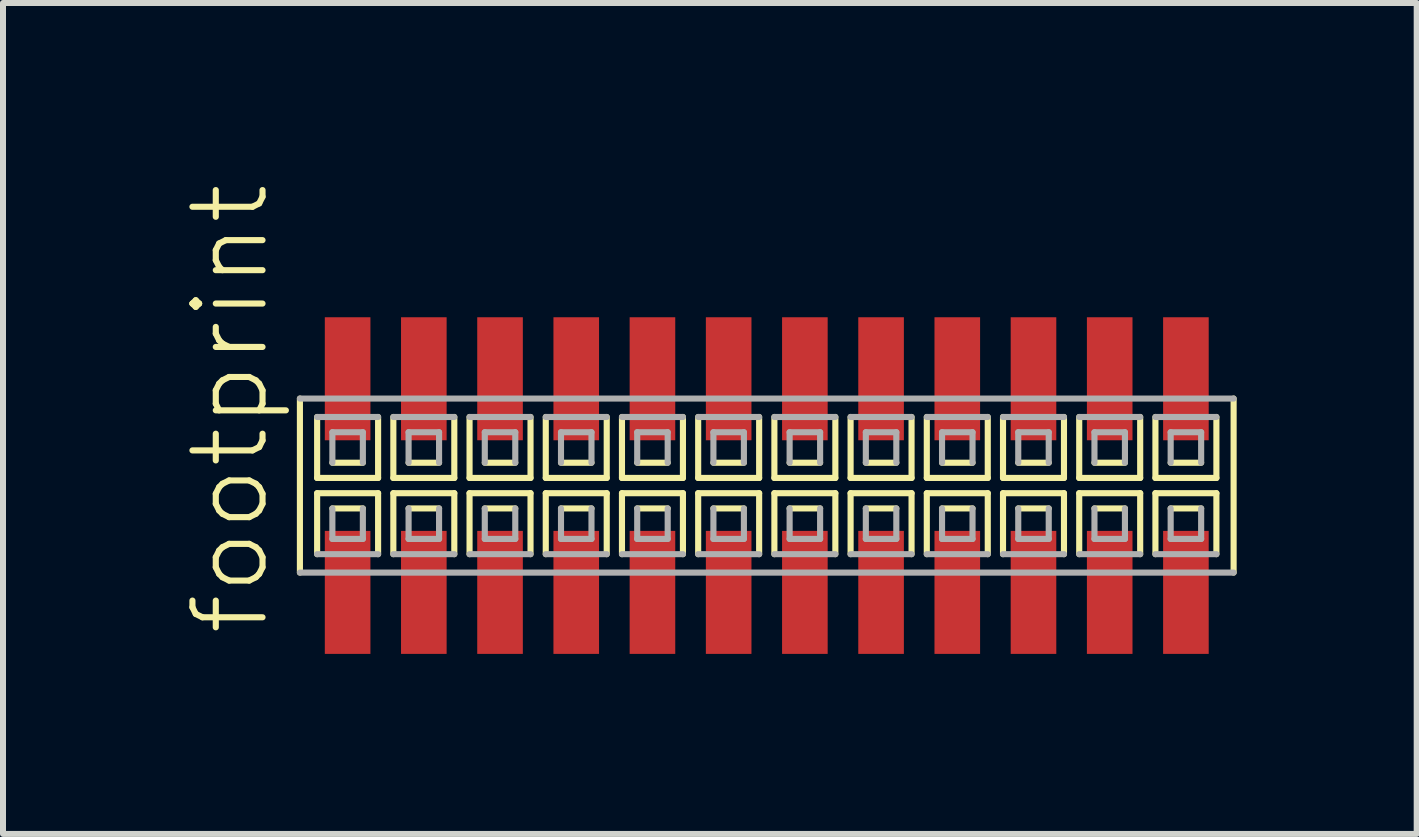
<source format=kicad_pcb>
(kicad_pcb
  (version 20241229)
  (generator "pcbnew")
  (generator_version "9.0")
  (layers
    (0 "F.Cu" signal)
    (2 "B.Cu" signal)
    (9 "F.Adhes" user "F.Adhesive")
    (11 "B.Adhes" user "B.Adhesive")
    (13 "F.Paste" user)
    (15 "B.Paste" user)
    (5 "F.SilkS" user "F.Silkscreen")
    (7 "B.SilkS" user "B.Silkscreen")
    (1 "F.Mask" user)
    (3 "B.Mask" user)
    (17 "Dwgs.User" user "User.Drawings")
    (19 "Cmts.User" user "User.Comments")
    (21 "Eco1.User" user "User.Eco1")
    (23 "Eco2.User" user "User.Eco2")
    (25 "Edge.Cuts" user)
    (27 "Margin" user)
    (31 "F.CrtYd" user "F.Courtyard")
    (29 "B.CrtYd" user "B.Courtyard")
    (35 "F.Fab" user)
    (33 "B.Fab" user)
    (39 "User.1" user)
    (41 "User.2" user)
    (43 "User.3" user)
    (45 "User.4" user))
  (footprint "footprint"
    (layer "F.Cu")
    (at 9.728 5.042)
    (property "Reference" "footprint" (at -8.255 2.54 90) (layer "F.SilkS") (effects (font (size 1.168 1.168) (thickness 0.102)) (justify left bottom)))
    (fp_line (start -7.78 -1.45) (end -7.78 1.45) (stroke (width 0.102) (type solid)) (layer "F.SilkS"))
    (fp_line (start -7.493 -1.143) (end -7.493 -0.127) (stroke (width 0.102) (type solid)) (layer "F.SilkS"))
    (fp_line (start -7.493 -0.127) (end -6.477 -0.127) (stroke (width 0.102) (type solid)) (layer "F.SilkS"))
    (fp_line (start -7.493 0.127) (end -7.493 1.143) (stroke (width 0.102) (type solid)) (layer "F.SilkS"))
    (fp_line (start -7.239 -0.381) (end -6.731 -0.381) (stroke (width 0.102) (type solid)) (layer "F.SilkS"))
    (fp_line (start -6.731 0.381) (end -7.239 0.381) (stroke (width 0.102) (type solid)) (layer "F.SilkS"))
    (fp_line (start -6.477 -0.127) (end -6.477 -1.143) (stroke (width 0.102) (type solid)) (layer "F.SilkS"))
    (fp_line (start -6.477 0.127) (end -7.493 0.127) (stroke (width 0.102) (type solid)) (layer "F.SilkS"))
    (fp_line (start -6.477 1.143) (end -6.477 0.127) (stroke (width 0.102) (type solid)) (layer "F.SilkS"))
    (fp_line (start -6.223 -1.143) (end -6.223 -0.127) (stroke (width 0.102) (type solid)) (layer "F.SilkS"))
    (fp_line (start -6.223 -0.127) (end -5.207 -0.127) (stroke (width 0.102) (type solid)) (layer "F.SilkS"))
    (fp_line (start -6.223 0.127) (end -6.223 1.143) (stroke (width 0.102) (type solid)) (layer "F.SilkS"))
    (fp_line (start -5.969 -0.381) (end -5.461 -0.381) (stroke (width 0.102) (type solid)) (layer "F.SilkS"))
    (fp_line (start -5.461 0.381) (end -5.969 0.381) (stroke (width 0.102) (type solid)) (layer "F.SilkS"))
    (fp_line (start -5.207 -0.127) (end -5.207 -1.143) (stroke (width 0.102) (type solid)) (layer "F.SilkS"))
    (fp_line (start -5.207 0.127) (end -6.223 0.127) (stroke (width 0.102) (type solid)) (layer "F.SilkS"))
    (fp_line (start -5.207 1.143) (end -5.207 0.127) (stroke (width 0.102) (type solid)) (layer "F.SilkS"))
    (fp_line (start -4.953 -1.143) (end -4.953 -0.127) (stroke (width 0.102) (type solid)) (layer "F.SilkS"))
    (fp_line (start -4.953 -0.127) (end -3.937 -0.127) (stroke (width 0.102) (type solid)) (layer "F.SilkS"))
    (fp_line (start -4.953 0.127) (end -4.953 1.143) (stroke (width 0.102) (type solid)) (layer "F.SilkS"))
    (fp_line (start -4.699 -0.381) (end -4.191 -0.381) (stroke (width 0.102) (type solid)) (layer "F.SilkS"))
    (fp_line (start -4.191 0.381) (end -4.699 0.381) (stroke (width 0.102) (type solid)) (layer "F.SilkS"))
    (fp_line (start -3.937 -0.127) (end -3.937 -1.143) (stroke (width 0.102) (type solid)) (layer "F.SilkS"))
    (fp_line (start -3.937 0.127) (end -4.953 0.127) (stroke (width 0.102) (type solid)) (layer "F.SilkS"))
    (fp_line (start -3.937 1.143) (end -3.937 0.127) (stroke (width 0.102) (type solid)) (layer "F.SilkS"))
    (fp_line (start -3.683 -1.143) (end -3.683 -0.127) (stroke (width 0.102) (type solid)) (layer "F.SilkS"))
    (fp_line (start -3.683 -0.127) (end -2.667 -0.127) (stroke (width 0.102) (type solid)) (layer "F.SilkS"))
    (fp_line (start -3.683 0.127) (end -3.683 1.143) (stroke (width 0.102) (type solid)) (layer "F.SilkS"))
    (fp_line (start -3.429 -0.381) (end -2.921 -0.381) (stroke (width 0.102) (type solid)) (layer "F.SilkS"))
    (fp_line (start -2.921 0.381) (end -3.429 0.381) (stroke (width 0.102) (type solid)) (layer "F.SilkS"))
    (fp_line (start -2.667 -0.127) (end -2.667 -1.143) (stroke (width 0.102) (type solid)) (layer "F.SilkS"))
    (fp_line (start -2.667 0.127) (end -3.683 0.127) (stroke (width 0.102) (type solid)) (layer "F.SilkS"))
    (fp_line (start -2.667 1.143) (end -2.667 0.127) (stroke (width 0.102) (type solid)) (layer "F.SilkS"))
    (fp_line (start -2.413 -1.143) (end -2.413 -0.127) (stroke (width 0.102) (type solid)) (layer "F.SilkS"))
    (fp_line (start -2.413 -0.127) (end -1.397 -0.127) (stroke (width 0.102) (type solid)) (layer "F.SilkS"))
    (fp_line (start -2.413 0.127) (end -2.413 1.143) (stroke (width 0.102) (type solid)) (layer "F.SilkS"))
    (fp_line (start -2.159 -0.381) (end -1.651 -0.381) (stroke (width 0.102) (type solid)) (layer "F.SilkS"))
    (fp_line (start -1.651 0.381) (end -2.159 0.381) (stroke (width 0.102) (type solid)) (layer "F.SilkS"))
    (fp_line (start -1.397 -0.127) (end -1.397 -1.143) (stroke (width 0.102) (type solid)) (layer "F.SilkS"))
    (fp_line (start -1.397 0.127) (end -2.413 0.127) (stroke (width 0.102) (type solid)) (layer "F.SilkS"))
    (fp_line (start -1.397 1.143) (end -1.397 0.127) (stroke (width 0.102) (type solid)) (layer "F.SilkS"))
    (fp_line (start -1.143 -1.143) (end -1.143 -0.127) (stroke (width 0.102) (type solid)) (layer "F.SilkS"))
    (fp_line (start -1.143 -0.127) (end -0.127 -0.127) (stroke (width 0.102) (type solid)) (layer "F.SilkS"))
    (fp_line (start -1.143 0.127) (end -1.143 1.143) (stroke (width 0.102) (type solid)) (layer "F.SilkS"))
    (fp_line (start -0.889 -0.381) (end -0.381 -0.381) (stroke (width 0.102) (type solid)) (layer "F.SilkS"))
    (fp_line (start -0.381 0.381) (end -0.889 0.381) (stroke (width 0.102) (type solid)) (layer "F.SilkS"))
    (fp_line (start -0.127 -0.127) (end -0.127 -1.143) (stroke (width 0.102) (type solid)) (layer "F.SilkS"))
    (fp_line (start -0.127 0.127) (end -1.143 0.127) (stroke (width 0.102) (type solid)) (layer "F.SilkS"))
    (fp_line (start -0.127 1.143) (end -0.127 0.127) (stroke (width 0.102) (type solid)) (layer "F.SilkS"))
    (fp_line (start 0.127 -1.143) (end 0.127 -0.127) (stroke (width 0.102) (type solid)) (layer "F.SilkS"))
    (fp_line (start 0.127 -0.127) (end 1.143 -0.127) (stroke (width 0.102) (type solid)) (layer "F.SilkS"))
    (fp_line (start 0.127 0.127) (end 0.127 1.143) (stroke (width 0.102) (type solid)) (layer "F.SilkS"))
    (fp_line (start 0.381 -0.381) (end 0.889 -0.381) (stroke (width 0.102) (type solid)) (layer "F.SilkS"))
    (fp_line (start 0.889 0.381) (end 0.381 0.381) (stroke (width 0.102) (type solid)) (layer "F.SilkS"))
    (fp_line (start 1.143 -0.127) (end 1.143 -1.143) (stroke (width 0.102) (type solid)) (layer "F.SilkS"))
    (fp_line (start 1.143 0.127) (end 0.127 0.127) (stroke (width 0.102) (type solid)) (layer "F.SilkS"))
    (fp_line (start 1.143 1.143) (end 1.143 0.127) (stroke (width 0.102) (type solid)) (layer "F.SilkS"))
    (fp_line (start 1.397 -1.143) (end 1.397 -0.127) (stroke (width 0.102) (type solid)) (layer "F.SilkS"))
    (fp_line (start 1.397 -0.127) (end 2.413 -0.127) (stroke (width 0.102) (type solid)) (layer "F.SilkS"))
    (fp_line (start 1.397 0.127) (end 1.397 1.143) (stroke (width 0.102) (type solid)) (layer "F.SilkS"))
    (fp_line (start 1.651 -0.381) (end 2.159 -0.381) (stroke (width 0.102) (type solid)) (layer "F.SilkS"))
    (fp_line (start 2.159 0.381) (end 1.651 0.381) (stroke (width 0.102) (type solid)) (layer "F.SilkS"))
    (fp_line (start 2.413 -0.127) (end 2.413 -1.143) (stroke (width 0.102) (type solid)) (layer "F.SilkS"))
    (fp_line (start 2.413 0.127) (end 1.397 0.127) (stroke (width 0.102) (type solid)) (layer "F.SilkS"))
    (fp_line (start 2.413 1.143) (end 2.413 0.127) (stroke (width 0.102) (type solid)) (layer "F.SilkS"))
    (fp_line (start 2.667 -1.143) (end 2.667 -0.127) (stroke (width 0.102) (type solid)) (layer "F.SilkS"))
    (fp_line (start 2.667 -0.127) (end 3.683 -0.127) (stroke (width 0.102) (type solid)) (layer "F.SilkS"))
    (fp_line (start 2.667 0.127) (end 2.667 1.143) (stroke (width 0.102) (type solid)) (layer "F.SilkS"))
    (fp_line (start 2.921 -0.381) (end 3.429 -0.381) (stroke (width 0.102) (type solid)) (layer "F.SilkS"))
    (fp_line (start 3.429 0.381) (end 2.921 0.381) (stroke (width 0.102) (type solid)) (layer "F.SilkS"))
    (fp_line (start 3.683 -0.127) (end 3.683 -1.143) (stroke (width 0.102) (type solid)) (layer "F.SilkS"))
    (fp_line (start 3.683 0.127) (end 2.667 0.127) (stroke (width 0.102) (type solid)) (layer "F.SilkS"))
    (fp_line (start 3.683 1.143) (end 3.683 0.127) (stroke (width 0.102) (type solid)) (layer "F.SilkS"))
    (fp_line (start 3.937 -1.143) (end 3.937 -0.127) (stroke (width 0.102) (type solid)) (layer "F.SilkS"))
    (fp_line (start 3.937 -0.127) (end 4.953 -0.127) (stroke (width 0.102) (type solid)) (layer "F.SilkS"))
    (fp_line (start 3.937 0.127) (end 3.937 1.143) (stroke (width 0.102) (type solid)) (layer "F.SilkS"))
    (fp_line (start 4.191 -0.381) (end 4.699 -0.381) (stroke (width 0.102) (type solid)) (layer "F.SilkS"))
    (fp_line (start 4.699 0.381) (end 4.191 0.381) (stroke (width 0.102) (type solid)) (layer "F.SilkS"))
    (fp_line (start 4.953 -0.127) (end 4.953 -1.143) (stroke (width 0.102) (type solid)) (layer "F.SilkS"))
    (fp_line (start 4.953 0.127) (end 3.937 0.127) (stroke (width 0.102) (type solid)) (layer "F.SilkS"))
    (fp_line (start 4.953 1.143) (end 4.953 0.127) (stroke (width 0.102) (type solid)) (layer "F.SilkS"))
    (fp_line (start 5.207 -1.143) (end 5.207 -0.127) (stroke (width 0.102) (type solid)) (layer "F.SilkS"))
    (fp_line (start 5.207 -0.127) (end 6.223 -0.127) (stroke (width 0.102) (type solid)) (layer "F.SilkS"))
    (fp_line (start 5.207 0.127) (end 5.207 1.143) (stroke (width 0.102) (type solid)) (layer "F.SilkS"))
    (fp_line (start 5.461 -0.381) (end 5.969 -0.381) (stroke (width 0.102) (type solid)) (layer "F.SilkS"))
    (fp_line (start 5.969 0.381) (end 5.461 0.381) (stroke (width 0.102) (type solid)) (layer "F.SilkS"))
    (fp_line (start 6.223 -0.127) (end 6.223 -1.143) (stroke (width 0.102) (type solid)) (layer "F.SilkS"))
    (fp_line (start 6.223 0.127) (end 5.207 0.127) (stroke (width 0.102) (type solid)) (layer "F.SilkS"))
    (fp_line (start 6.223 1.143) (end 6.223 0.127) (stroke (width 0.102) (type solid)) (layer "F.SilkS"))
    (fp_line (start 6.477 -1.143) (end 6.477 -0.127) (stroke (width 0.102) (type solid)) (layer "F.SilkS"))
    (fp_line (start 6.477 -0.127) (end 7.493 -0.127) (stroke (width 0.102) (type solid)) (layer "F.SilkS"))
    (fp_line (start 6.477 0.127) (end 6.477 1.143) (stroke (width 0.102) (type solid)) (layer "F.SilkS"))
    (fp_line (start 6.731 -0.381) (end 7.239 -0.381) (stroke (width 0.102) (type solid)) (layer "F.SilkS"))
    (fp_line (start 7.239 0.381) (end 6.731 0.381) (stroke (width 0.102) (type solid)) (layer "F.SilkS"))
    (fp_line (start 7.493 -0.127) (end 7.493 -1.143) (stroke (width 0.102) (type solid)) (layer "F.SilkS"))
    (fp_line (start 7.493 0.127) (end 6.477 0.127) (stroke (width 0.102) (type solid)) (layer "F.SilkS"))
    (fp_line (start 7.493 1.143) (end 7.493 0.127) (stroke (width 0.102) (type solid)) (layer "F.SilkS"))
    (fp_line (start 7.78 1.45) (end 7.78 -1.45) (stroke (width 0.102) (type solid)) (layer "F.SilkS"))
    (fp_line (start -7.78 1.45) (end 7.78 1.45) (stroke (width 0.102) (type solid)) (layer "F.Fab"))
    (fp_line (start -7.493 1.143) (end -6.477 1.143) (stroke (width 0.102) (type solid)) (layer "F.Fab"))
    (fp_line (start -7.239 -0.889) (end -7.239 -0.381) (stroke (width 0.102) (type solid)) (layer "F.Fab"))
    (fp_line (start -7.239 0.381) (end -7.239 0.889) (stroke (width 0.102) (type solid)) (layer "F.Fab"))
    (fp_line (start -7.239 0.889) (end -6.731 0.889) (stroke (width 0.102) (type solid)) (layer "F.Fab"))
    (fp_line (start -6.731 -0.889) (end -7.239 -0.889) (stroke (width 0.102) (type solid)) (layer "F.Fab"))
    (fp_line (start -6.731 -0.381) (end -6.731 -0.889) (stroke (width 0.102) (type solid)) (layer "F.Fab"))
    (fp_line (start -6.731 0.889) (end -6.731 0.381) (stroke (width 0.102) (type solid)) (layer "F.Fab"))
    (fp_line (start -6.477 -1.143) (end -7.493 -1.143) (stroke (width 0.102) (type solid)) (layer "F.Fab"))
    (fp_line (start -6.223 1.143) (end -5.207 1.143) (stroke (width 0.102) (type solid)) (layer "F.Fab"))
    (fp_line (start -5.969 -0.889) (end -5.969 -0.381) (stroke (width 0.102) (type solid)) (layer "F.Fab"))
    (fp_line (start -5.969 0.381) (end -5.969 0.889) (stroke (width 0.102) (type solid)) (layer "F.Fab"))
    (fp_line (start -5.969 0.889) (end -5.461 0.889) (stroke (width 0.102) (type solid)) (layer "F.Fab"))
    (fp_line (start -5.461 -0.889) (end -5.969 -0.889) (stroke (width 0.102) (type solid)) (layer "F.Fab"))
    (fp_line (start -5.461 -0.381) (end -5.461 -0.889) (stroke (width 0.102) (type solid)) (layer "F.Fab"))
    (fp_line (start -5.461 0.889) (end -5.461 0.381) (stroke (width 0.102) (type solid)) (layer "F.Fab"))
    (fp_line (start -5.207 -1.143) (end -6.223 -1.143) (stroke (width 0.102) (type solid)) (layer "F.Fab"))
    (fp_line (start -4.953 1.143) (end -3.937 1.143) (stroke (width 0.102) (type solid)) (layer "F.Fab"))
    (fp_line (start -4.699 -0.889) (end -4.699 -0.381) (stroke (width 0.102) (type solid)) (layer "F.Fab"))
    (fp_line (start -4.699 0.381) (end -4.699 0.889) (stroke (width 0.102) (type solid)) (layer "F.Fab"))
    (fp_line (start -4.699 0.889) (end -4.191 0.889) (stroke (width 0.102) (type solid)) (layer "F.Fab"))
    (fp_line (start -4.191 -0.889) (end -4.699 -0.889) (stroke (width 0.102) (type solid)) (layer "F.Fab"))
    (fp_line (start -4.191 -0.381) (end -4.191 -0.889) (stroke (width 0.102) (type solid)) (layer "F.Fab"))
    (fp_line (start -4.191 0.889) (end -4.191 0.381) (stroke (width 0.102) (type solid)) (layer "F.Fab"))
    (fp_line (start -3.937 -1.143) (end -4.953 -1.143) (stroke (width 0.102) (type solid)) (layer "F.Fab"))
    (fp_line (start -3.683 1.143) (end -2.667 1.143) (stroke (width 0.102) (type solid)) (layer "F.Fab"))
    (fp_line (start -3.429 -0.889) (end -3.429 -0.381) (stroke (width 0.102) (type solid)) (layer "F.Fab"))
    (fp_line (start -3.429 0.381) (end -3.429 0.889) (stroke (width 0.102) (type solid)) (layer "F.Fab"))
    (fp_line (start -3.429 0.889) (end -2.921 0.889) (stroke (width 0.102) (type solid)) (layer "F.Fab"))
    (fp_line (start -2.921 -0.889) (end -3.429 -0.889) (stroke (width 0.102) (type solid)) (layer "F.Fab"))
    (fp_line (start -2.921 -0.381) (end -2.921 -0.889) (stroke (width 0.102) (type solid)) (layer "F.Fab"))
    (fp_line (start -2.921 0.889) (end -2.921 0.381) (stroke (width 0.102) (type solid)) (layer "F.Fab"))
    (fp_line (start -2.667 -1.143) (end -3.683 -1.143) (stroke (width 0.102) (type solid)) (layer "F.Fab"))
    (fp_line (start -2.413 1.143) (end -1.397 1.143) (stroke (width 0.102) (type solid)) (layer "F.Fab"))
    (fp_line (start -2.159 -0.889) (end -2.159 -0.381) (stroke (width 0.102) (type solid)) (layer "F.Fab"))
    (fp_line (start -2.159 0.381) (end -2.159 0.889) (stroke (width 0.102) (type solid)) (layer "F.Fab"))
    (fp_line (start -2.159 0.889) (end -1.651 0.889) (stroke (width 0.102) (type solid)) (layer "F.Fab"))
    (fp_line (start -1.651 -0.889) (end -2.159 -0.889) (stroke (width 0.102) (type solid)) (layer "F.Fab"))
    (fp_line (start -1.651 -0.381) (end -1.651 -0.889) (stroke (width 0.102) (type solid)) (layer "F.Fab"))
    (fp_line (start -1.651 0.889) (end -1.651 0.381) (stroke (width 0.102) (type solid)) (layer "F.Fab"))
    (fp_line (start -1.397 -1.143) (end -2.413 -1.143) (stroke (width 0.102) (type solid)) (layer "F.Fab"))
    (fp_line (start -1.143 1.143) (end -0.127 1.143) (stroke (width 0.102) (type solid)) (layer "F.Fab"))
    (fp_line (start -0.889 -0.889) (end -0.889 -0.381) (stroke (width 0.102) (type solid)) (layer "F.Fab"))
    (fp_line (start -0.889 0.381) (end -0.889 0.889) (stroke (width 0.102) (type solid)) (layer "F.Fab"))
    (fp_line (start -0.889 0.889) (end -0.381 0.889) (stroke (width 0.102) (type solid)) (layer "F.Fab"))
    (fp_line (start -0.381 -0.889) (end -0.889 -0.889) (stroke (width 0.102) (type solid)) (layer "F.Fab"))
    (fp_line (start -0.381 -0.381) (end -0.381 -0.889) (stroke (width 0.102) (type solid)) (layer "F.Fab"))
    (fp_line (start -0.381 0.889) (end -0.381 0.381) (stroke (width 0.102) (type solid)) (layer "F.Fab"))
    (fp_line (start -0.127 -1.143) (end -1.143 -1.143) (stroke (width 0.102) (type solid)) (layer "F.Fab"))
    (fp_line (start 0.127 1.143) (end 1.143 1.143) (stroke (width 0.102) (type solid)) (layer "F.Fab"))
    (fp_line (start 0.381 -0.889) (end 0.381 -0.381) (stroke (width 0.102) (type solid)) (layer "F.Fab"))
    (fp_line (start 0.381 0.381) (end 0.381 0.889) (stroke (width 0.102) (type solid)) (layer "F.Fab"))
    (fp_line (start 0.381 0.889) (end 0.889 0.889) (stroke (width 0.102) (type solid)) (layer "F.Fab"))
    (fp_line (start 0.889 -0.889) (end 0.381 -0.889) (stroke (width 0.102) (type solid)) (layer "F.Fab"))
    (fp_line (start 0.889 -0.381) (end 0.889 -0.889) (stroke (width 0.102) (type solid)) (layer "F.Fab"))
    (fp_line (start 0.889 0.889) (end 0.889 0.381) (stroke (width 0.102) (type solid)) (layer "F.Fab"))
    (fp_line (start 1.143 -1.143) (end 0.127 -1.143) (stroke (width 0.102) (type solid)) (layer "F.Fab"))
    (fp_line (start 1.397 1.143) (end 2.413 1.143) (stroke (width 0.102) (type solid)) (layer "F.Fab"))
    (fp_line (start 1.651 -0.889) (end 1.651 -0.381) (stroke (width 0.102) (type solid)) (layer "F.Fab"))
    (fp_line (start 1.651 0.381) (end 1.651 0.889) (stroke (width 0.102) (type solid)) (layer "F.Fab"))
    (fp_line (start 1.651 0.889) (end 2.159 0.889) (stroke (width 0.102) (type solid)) (layer "F.Fab"))
    (fp_line (start 2.159 -0.889) (end 1.651 -0.889) (stroke (width 0.102) (type solid)) (layer "F.Fab"))
    (fp_line (start 2.159 -0.381) (end 2.159 -0.889) (stroke (width 0.102) (type solid)) (layer "F.Fab"))
    (fp_line (start 2.159 0.889) (end 2.159 0.381) (stroke (width 0.102) (type solid)) (layer "F.Fab"))
    (fp_line (start 2.413 -1.143) (end 1.397 -1.143) (stroke (width 0.102) (type solid)) (layer "F.Fab"))
    (fp_line (start 2.667 1.143) (end 3.683 1.143) (stroke (width 0.102) (type solid)) (layer "F.Fab"))
    (fp_line (start 2.921 -0.889) (end 2.921 -0.381) (stroke (width 0.102) (type solid)) (layer "F.Fab"))
    (fp_line (start 2.921 0.381) (end 2.921 0.889) (stroke (width 0.102) (type solid)) (layer "F.Fab"))
    (fp_line (start 2.921 0.889) (end 3.429 0.889) (stroke (width 0.102) (type solid)) (layer "F.Fab"))
    (fp_line (start 3.429 -0.889) (end 2.921 -0.889) (stroke (width 0.102) (type solid)) (layer "F.Fab"))
    (fp_line (start 3.429 -0.381) (end 3.429 -0.889) (stroke (width 0.102) (type solid)) (layer "F.Fab"))
    (fp_line (start 3.429 0.889) (end 3.429 0.381) (stroke (width 0.102) (type solid)) (layer "F.Fab"))
    (fp_line (start 3.683 -1.143) (end 2.667 -1.143) (stroke (width 0.102) (type solid)) (layer "F.Fab"))
    (fp_line (start 3.937 1.143) (end 4.953 1.143) (stroke (width 0.102) (type solid)) (layer "F.Fab"))
    (fp_line (start 4.191 -0.889) (end 4.191 -0.381) (stroke (width 0.102) (type solid)) (layer "F.Fab"))
    (fp_line (start 4.191 0.381) (end 4.191 0.889) (stroke (width 0.102) (type solid)) (layer "F.Fab"))
    (fp_line (start 4.191 0.889) (end 4.699 0.889) (stroke (width 0.102) (type solid)) (layer "F.Fab"))
    (fp_line (start 4.699 -0.889) (end 4.191 -0.889) (stroke (width 0.102) (type solid)) (layer "F.Fab"))
    (fp_line (start 4.699 -0.381) (end 4.699 -0.889) (stroke (width 0.102) (type solid)) (layer "F.Fab"))
    (fp_line (start 4.699 0.889) (end 4.699 0.381) (stroke (width 0.102) (type solid)) (layer "F.Fab"))
    (fp_line (start 4.953 -1.143) (end 3.937 -1.143) (stroke (width 0.102) (type solid)) (layer "F.Fab"))
    (fp_line (start 5.207 1.143) (end 6.223 1.143) (stroke (width 0.102) (type solid)) (layer "F.Fab"))
    (fp_line (start 5.461 -0.889) (end 5.461 -0.381) (stroke (width 0.102) (type solid)) (layer "F.Fab"))
    (fp_line (start 5.461 0.381) (end 5.461 0.889) (stroke (width 0.102) (type solid)) (layer "F.Fab"))
    (fp_line (start 5.461 0.889) (end 5.969 0.889) (stroke (width 0.102) (type solid)) (layer "F.Fab"))
    (fp_line (start 5.969 -0.889) (end 5.461 -0.889) (stroke (width 0.102) (type solid)) (layer "F.Fab"))
    (fp_line (start 5.969 -0.381) (end 5.969 -0.889) (stroke (width 0.102) (type solid)) (layer "F.Fab"))
    (fp_line (start 5.969 0.889) (end 5.969 0.381) (stroke (width 0.102) (type solid)) (layer "F.Fab"))
    (fp_line (start 6.223 -1.143) (end 5.207 -1.143) (stroke (width 0.102) (type solid)) (layer "F.Fab"))
    (fp_line (start 6.477 1.143) (end 7.493 1.143) (stroke (width 0.102) (type solid)) (layer "F.Fab"))
    (fp_line (start 6.731 -0.889) (end 6.731 -0.381) (stroke (width 0.102) (type solid)) (layer "F.Fab"))
    (fp_line (start 6.731 0.381) (end 6.731 0.889) (stroke (width 0.102) (type solid)) (layer "F.Fab"))
    (fp_line (start 6.731 0.889) (end 7.239 0.889) (stroke (width 0.102) (type solid)) (layer "F.Fab"))
    (fp_line (start 7.239 -0.889) (end 6.731 -0.889) (stroke (width 0.102) (type solid)) (layer "F.Fab"))
    (fp_line (start 7.239 -0.381) (end 7.239 -0.889) (stroke (width 0.102) (type solid)) (layer "F.Fab"))
    (fp_line (start 7.239 0.889) (end 7.239 0.381) (stroke (width 0.102) (type solid)) (layer "F.Fab"))
    (fp_line (start 7.493 -1.143) (end 6.477 -1.143) (stroke (width 0.102) (type solid)) (layer "F.Fab"))
    (fp_line (start 7.78 -1.45) (end -7.78 -1.45) (stroke (width 0.102) (type solid)) (layer "F.Fab"))
    (pad "1" smd rect (at -6.985 1.78) (size 0.76 2.05) (layers "F.Cu" "F.Mask" "F.Paste"))
    (pad "2" smd rect (at -6.985 -1.78) (size 0.76 2.05) (layers "F.Cu" "F.Mask" "F.Paste"))
    (pad "3" smd rect (at -5.715 1.78) (size 0.76 2.05) (layers "F.Cu" "F.Mask" "F.Paste"))
    (pad "4" smd rect (at -5.715 -1.78) (size 0.76 2.05) (layers "F.Cu" "F.Mask" "F.Paste"))
    (pad "5" smd rect (at -4.445 1.78) (size 0.76 2.05) (layers "F.Cu" "F.Mask" "F.Paste"))
    (pad "6" smd rect (at -4.445 -1.78) (size 0.76 2.05) (layers "F.Cu" "F.Mask" "F.Paste"))
    (pad "7" smd rect (at -3.175 1.78) (size 0.76 2.05) (layers "F.Cu" "F.Mask" "F.Paste"))
    (pad "8" smd rect (at -3.175 -1.78) (size 0.76 2.05) (layers "F.Cu" "F.Mask" "F.Paste"))
    (pad "9" smd rect (at -1.905 1.78) (size 0.76 2.05) (layers "F.Cu" "F.Mask" "F.Paste"))
    (pad "10" smd rect (at -1.905 -1.78) (size 0.76 2.05) (layers "F.Cu" "F.Mask" "F.Paste"))
    (pad "11" smd rect (at -0.635 1.78) (size 0.76 2.05) (layers "F.Cu" "F.Mask" "F.Paste"))
    (pad "12" smd rect (at -0.635 -1.78) (size 0.76 2.05) (layers "F.Cu" "F.Mask" "F.Paste"))
    (pad "13" smd rect (at 0.635 1.78) (size 0.76 2.05) (layers "F.Cu" "F.Mask" "F.Paste"))
    (pad "14" smd rect (at 0.635 -1.78) (size 0.76 2.05) (layers "F.Cu" "F.Mask" "F.Paste"))
    (pad "15" smd rect (at 1.905 1.78) (size 0.76 2.05) (layers "F.Cu" "F.Mask" "F.Paste"))
    (pad "16" smd rect (at 1.905 -1.78) (size 0.76 2.05) (layers "F.Cu" "F.Mask" "F.Paste"))
    (pad "17" smd rect (at 3.175 1.78) (size 0.76 2.05) (layers "F.Cu" "F.Mask" "F.Paste"))
    (pad "18" smd rect (at 3.175 -1.78) (size 0.76 2.05) (layers "F.Cu" "F.Mask" "F.Paste"))
    (pad "19" smd rect (at 4.445 1.78) (size 0.76 2.05) (layers "F.Cu" "F.Mask" "F.Paste"))
    (pad "20" smd rect (at 4.445 -1.78) (size 0.76 2.05) (layers "F.Cu" "F.Mask" "F.Paste"))
    (pad "21" smd rect (at 5.715 1.78) (size 0.76 2.05) (layers "F.Cu" "F.Mask" "F.Paste"))
    (pad "22" smd rect (at 5.715 -1.78) (size 0.76 2.05) (layers "F.Cu" "F.Mask" "F.Paste"))
    (pad "23" smd rect (at 6.985 1.78) (size 0.76 2.05) (layers "F.Cu" "F.Mask" "F.Paste"))
    (pad "24" smd rect (at 6.985 -1.78) (size 0.76 2.05) (layers "F.Cu" "F.Mask" "F.Paste")))
  (gr_rect
    (start -3 -3)
    (end 20.559 10.847)
    (stroke (width 0.1) (type default))
    (fill no)
    (layer "Edge.Cuts")))
</source>
